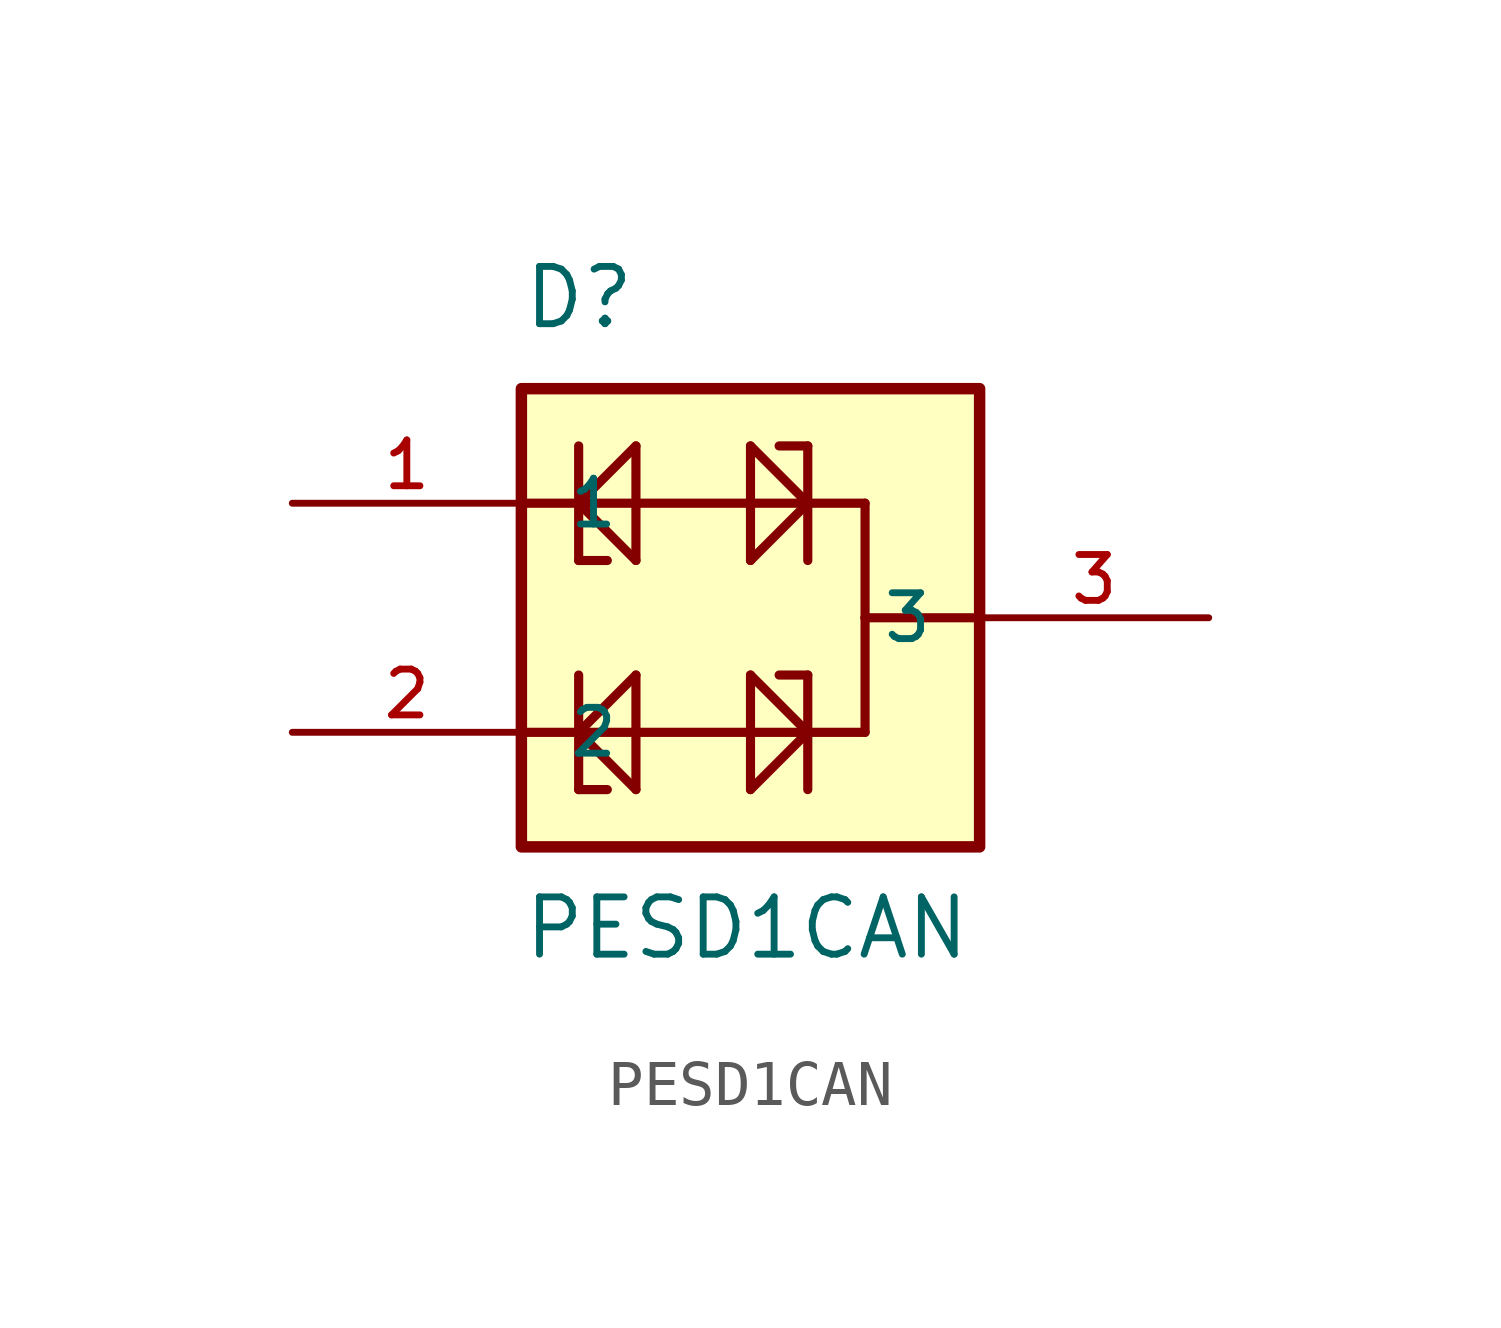
<source format=kicad_sym>
(kicad_symbol_lib
  (version 20211014)
  (generator kicad_symbol_editor)
  (symbol "PESD1CAN"
    (pin_names
      (offset 1.016))
    (property "Reference" "D"
      (at 0.0 11.437 0)
      (effects (font (size 1.27 1.27)) (justify bottom left)))
    (property "Value" "PESD1CAN"
      (at 0.0 -2.542 0)
      (effects (font (size 1.27 1.27)) (justify bottom left)))
    (symbol "PESD1CAN_0_0"
      (polyline (pts (xy 0.0 2.54) (xy 1.27 2.54)) (stroke (width 0.203)))
      (polyline (pts (xy 1.27 2.54) (xy 6.35 2.54)) (stroke (width 0.203)))
      (polyline (pts (xy 6.35 2.54) (xy 7.62 2.54)) (stroke (width 0.203)))
      (polyline (pts (xy 0.0 7.62) (xy 1.27 7.62)) (stroke (width 0.203)))
      (polyline (pts (xy 1.27 7.62) (xy 6.35 7.62)) (stroke (width 0.203)))
      (polyline (pts (xy 6.35 7.62) (xy 7.62 7.62)) (stroke (width 0.203)))
      (polyline (pts (xy 7.62 7.62) (xy 7.62 5.08)) (stroke (width 0.203)))
      (polyline (pts (xy 7.62 5.08) (xy 7.62 2.54)) (stroke (width 0.203)))
      (polyline (pts (xy 1.27 3.81) (xy 1.27 2.54)) (stroke (width 0.203)))
      (polyline (pts (xy 1.27 2.54) (xy 1.27 1.27)) (stroke (width 0.203)))
      (polyline (pts (xy 6.35 1.27) (xy 6.35 2.54)) (stroke (width 0.203)))
      (polyline (pts (xy 6.35 2.54) (xy 6.35 3.81)) (stroke (width 0.203)))
      (polyline (pts (xy 1.27 8.89) (xy 1.27 7.62)) (stroke (width 0.203)))
      (polyline (pts (xy 1.27 7.62) (xy 1.27 6.35)) (stroke (width 0.203)))
      (polyline (pts (xy 6.35 6.35) (xy 6.35 7.62)) (stroke (width 0.203)))
      (polyline (pts (xy 6.35 7.62) (xy 6.35 8.89)) (stroke (width 0.203)))
      (polyline (pts (xy 1.27 6.35) (xy 1.905 6.35)) (stroke (width 0.203)))
      (polyline (pts (xy 1.27 1.27) (xy 1.905 1.27)) (stroke (width 0.203)))
      (polyline (pts (xy 6.35 3.81) (xy 5.715 3.81)) (stroke (width 0.203)))
      (polyline (pts (xy 6.35 8.89) (xy 5.715 8.89)) (stroke (width 0.203)))
      (polyline (pts (xy 1.27 7.62) (xy 2.54 8.89)) (stroke (width 0.203)))
      (polyline (pts (xy 2.54 8.89) (xy 2.54 6.35)) (stroke (width 0.203)))
      (polyline (pts (xy 2.54 6.35) (xy 1.27 7.62)) (stroke (width 0.203)))
      (polyline (pts (xy 6.35 7.62) (xy 5.08 8.89)) (stroke (width 0.203)))
      (polyline (pts (xy 5.08 8.89) (xy 5.08 6.35)) (stroke (width 0.203)))
      (polyline (pts (xy 5.08 6.35) (xy 6.35 7.62)) (stroke (width 0.203)))
      (polyline (pts (xy 1.27 2.54) (xy 2.54 3.81)) (stroke (width 0.203)))
      (polyline (pts (xy 2.54 3.81) (xy 2.54 1.27)) (stroke (width 0.203)))
      (polyline (pts (xy 2.54 1.27) (xy 1.27 2.54)) (stroke (width 0.203)))
      (polyline (pts (xy 6.35 2.54) (xy 5.08 3.81)) (stroke (width 0.203)))
      (polyline (pts (xy 5.08 3.81) (xy 5.08 1.27)) (stroke (width 0.203)))
      (polyline (pts (xy 5.08 1.27) (xy 6.35 2.54)) (stroke (width 0.203)))
      (polyline (pts (xy 7.62 5.08) (xy 10.16 5.08)) (stroke (width 0.203)))
      (rectangle (start 0.0 0.0) (end 10.16 10.16) (stroke (width 0.254)) (fill (type background)))
      (pin bidirectional line (at -5.08 7.62 0) (length 5.08) (name "1" (effects (font (size 1.016 1.016)))) (number "1" (effects (font (size 1.016 1.016)))))
      (pin bidirectional line (at -5.08 2.54 0) (length 5.08) (name "2" (effects (font (size 1.016 1.016)))) (number "2" (effects (font (size 1.016 1.016)))))
      (pin bidirectional line (at 15.24 5.08 180.0) (length 5.08) (name "3" (effects (font (size 1.016 1.016)))) (number "3" (effects (font (size 1.016 1.016))))))))
</source>
